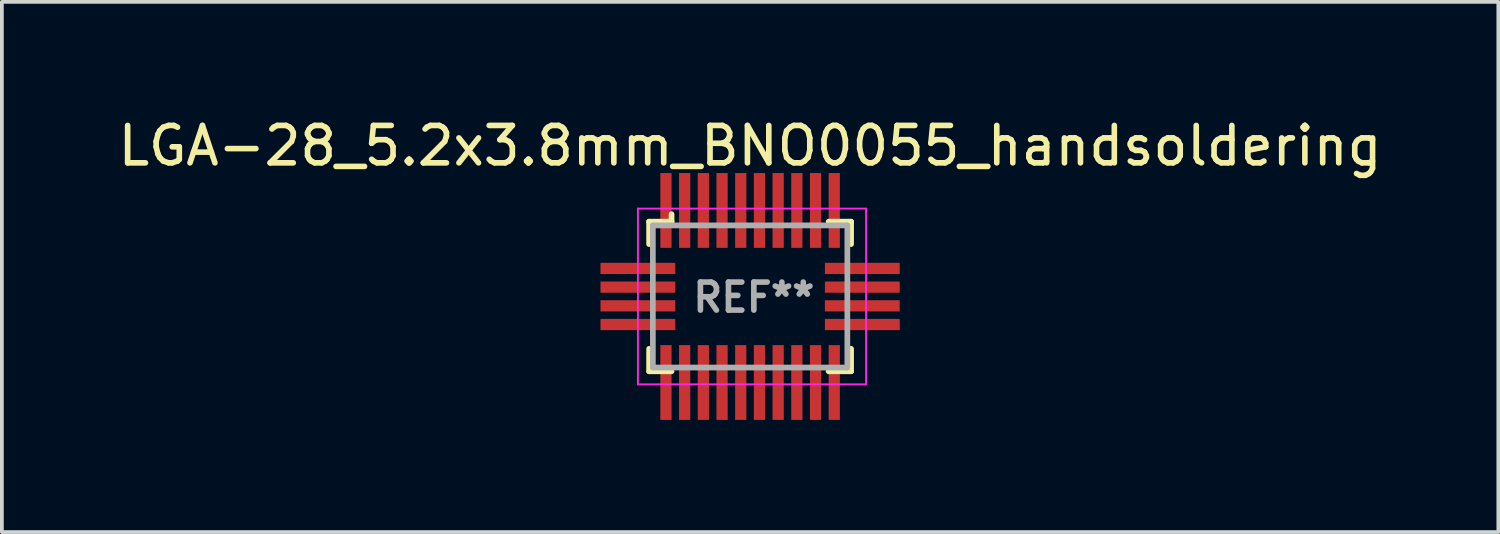
<source format=kicad_pcb>
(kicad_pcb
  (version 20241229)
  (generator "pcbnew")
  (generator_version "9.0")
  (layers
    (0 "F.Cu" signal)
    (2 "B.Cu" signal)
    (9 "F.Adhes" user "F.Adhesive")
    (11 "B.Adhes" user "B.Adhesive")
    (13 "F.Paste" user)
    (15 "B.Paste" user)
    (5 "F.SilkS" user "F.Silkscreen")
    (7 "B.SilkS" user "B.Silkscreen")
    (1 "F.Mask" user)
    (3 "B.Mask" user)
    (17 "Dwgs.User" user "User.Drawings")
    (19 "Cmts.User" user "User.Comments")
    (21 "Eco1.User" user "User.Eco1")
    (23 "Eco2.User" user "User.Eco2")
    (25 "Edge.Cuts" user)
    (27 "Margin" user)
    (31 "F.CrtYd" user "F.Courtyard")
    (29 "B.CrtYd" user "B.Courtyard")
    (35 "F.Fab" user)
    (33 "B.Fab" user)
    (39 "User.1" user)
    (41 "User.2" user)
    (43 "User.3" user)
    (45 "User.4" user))
  (footprint "LGA-28_5.2x3.8mm_BNO0055_handsoldering"
    (layer "F.Cu")
    (at 17.006 4.877)
    (property "Reference" "LGA-28_5.2x3.8mm_BNO0055_handsoldering" (at 0 -4.028 0) (layer "F.SilkS") (effects (font (size 1 1) (thickness 0.15))))
    (attr smd)
    (fp_line (start -2.7 -2) (end -2.7 -1.4) (stroke (width 0.152) (type solid)) (layer "F.SilkS"))
    (fp_line (start -2.7 1.4) (end -2.7 2) (stroke (width 0.152) (type solid)) (layer "F.SilkS"))
    (fp_line (start -2.7 2) (end -2.1 2) (stroke (width 0.152) (type solid)) (layer "F.SilkS"))
    (fp_line (start -2.1 -2) (end -2.7 -2) (stroke (width 0.152) (type solid)) (layer "F.SilkS"))
    (fp_line (start -2.1 -2) (end -2.1 -2.2) (stroke (width 0.152) (type solid)) (layer "F.SilkS"))
    (fp_line (start 2.1 2) (end 2.7 2) (stroke (width 0.152) (type solid)) (layer "F.SilkS"))
    (fp_line (start 2.7 -2) (end 2.1 -2) (stroke (width 0.152) (type solid)) (layer "F.SilkS"))
    (fp_line (start 2.7 -1.4) (end 2.7 -2) (stroke (width 0.152) (type solid)) (layer "F.SilkS"))
    (fp_line (start 2.7 2) (end 2.7 1.4) (stroke (width 0.152) (type solid)) (layer "F.SilkS"))
    (fp_line (start -3 -2.35) (end -3 2.35) (stroke (width 0.05) (type solid)) (layer "F.CrtYd"))
    (fp_line (start -3 2.35) (end 3.1 2.35) (stroke (width 0.05) (type solid)) (layer "F.CrtYd"))
    (fp_line (start 3.1 -2.35) (end -3 -2.35) (stroke (width 0.05) (type solid)) (layer "F.CrtYd"))
    (fp_line (start 3.1 -2.3) (end 3.1 -2.35) (stroke (width 0.05) (type solid)) (layer "F.CrtYd"))
    (fp_line (start 3.1 2.35) (end 3.1 -2.3) (stroke (width 0.05) (type solid)) (layer "F.CrtYd"))
    (fp_line (start -2.6 -1.9) (end -2.6 1.9) (stroke (width 0.152) (type solid)) (layer "F.Fab"))
    (fp_line (start -2.6 -1.9) (end 2.6 -1.9) (stroke (width 0.152) (type solid)) (layer "F.Fab"))
    (fp_line (start -2.6 1.9) (end 2.6 1.9) (stroke (width 0.152) (type solid)) (layer "F.Fab"))
    (fp_line (start 2.6 -1.9) (end 2.6 1.9) (stroke (width 0.152) (type solid)) (layer "F.Fab"))
    (fp_text user "REF**" (at 0.1 0.025 0) (layer "F.Fab") (effects (font (size 0.75 0.75) (thickness 0.15))))
    (pad "1" smd rect (at -2.25 -2.3) (size 0.3 2) (layers "F.Cu" "F.Mask" "F.Paste"))
    (pad "2" smd rect (at -3 -0.75 90) (size 0.3 2) (layers "F.Cu" "F.Mask" "F.Paste"))
    (pad "3" smd rect (at -3 -0.25 90) (size 0.3 2) (layers "F.Cu" "F.Mask" "F.Paste"))
    (pad "4" smd rect (at -3 0.25 90) (size 0.3 2) (layers "F.Cu" "F.Mask" "F.Paste"))
    (pad "5" smd rect (at -3 0.75 90) (size 0.3 2) (layers "F.Cu" "F.Mask" "F.Paste"))
    (pad "6" smd rect (at -2.25 2.3) (size 0.3 2) (layers "F.Cu" "F.Mask" "F.Paste"))
    (pad "7" smd rect (at -1.75 2.3) (size 0.3 2) (layers "F.Cu" "F.Mask" "F.Paste"))
    (pad "8" smd rect (at -1.25 2.3) (size 0.3 2) (layers "F.Cu" "F.Mask" "F.Paste"))
    (pad "9" smd rect (at -0.75 2.3) (size 0.3 2) (layers "F.Cu" "F.Mask" "F.Paste"))
    (pad "10" smd rect (at -0.25 2.3) (size 0.3 2) (layers "F.Cu" "F.Mask" "F.Paste"))
    (pad "11" smd rect (at 0.25 2.3) (size 0.3 2) (layers "F.Cu" "F.Mask" "F.Paste"))
    (pad "12" smd rect (at 0.75 2.3) (size 0.3 2) (layers "F.Cu" "F.Mask" "F.Paste"))
    (pad "13" smd rect (at 1.25 2.3) (size 0.3 2) (layers "F.Cu" "F.Mask" "F.Paste"))
    (pad "14" smd rect (at 1.75 2.3) (size 0.3 2) (layers "F.Cu" "F.Mask" "F.Paste"))
    (pad "15" smd rect (at 2.25 2.3) (size 0.3 2) (layers "F.Cu" "F.Mask" "F.Paste"))
    (pad "16" smd rect (at 3 0.75 90) (size 0.3 2) (layers "F.Cu" "F.Mask" "F.Paste"))
    (pad "17" smd rect (at 3 0.25 90) (size 0.3 2) (layers "F.Cu" "F.Mask" "F.Paste"))
    (pad "18" smd rect (at 3 -0.25 90) (size 0.3 2) (layers "F.Cu" "F.Mask" "F.Paste"))
    (pad "19" smd rect (at 3 -0.75 90) (size 0.3 2) (layers "F.Cu" "F.Mask" "F.Paste"))
    (pad "20" smd rect (at 2.25 -2.3) (size 0.3 2) (layers "F.Cu" "F.Mask" "F.Paste"))
    (pad "21" smd rect (at 1.75 -2.3) (size 0.3 2) (layers "F.Cu" "F.Mask" "F.Paste"))
    (pad "22" smd rect (at 1.25 -2.3) (size 0.3 2) (layers "F.Cu" "F.Mask" "F.Paste"))
    (pad "23" smd rect (at 0.75 -2.3) (size 0.3 2) (layers "F.Cu" "F.Mask" "F.Paste"))
    (pad "24" smd rect (at 0.25 -2.3) (size 0.3 2) (layers "F.Cu" "F.Mask" "F.Paste"))
    (pad "25" smd rect (at -0.25 -2.3) (size 0.3 2) (layers "F.Cu" "F.Mask" "F.Paste"))
    (pad "26" smd rect (at -0.75 -2.3) (size 0.3 2) (layers "F.Cu" "F.Mask" "F.Paste"))
    (pad "27" smd rect (at -1.25 -2.3) (size 0.3 2) (layers "F.Cu" "F.Mask" "F.Paste"))
    (pad "28" smd rect (at -1.75 -2.3) (size 0.3 2) (layers "F.Cu" "F.Mask" "F.Paste")))
  (gr_rect
    (start -3 -3)
    (end 37.012 11.177)
    (stroke (width 0.1) (type default))
    (fill no)
    (layer "Edge.Cuts")))
</source>
